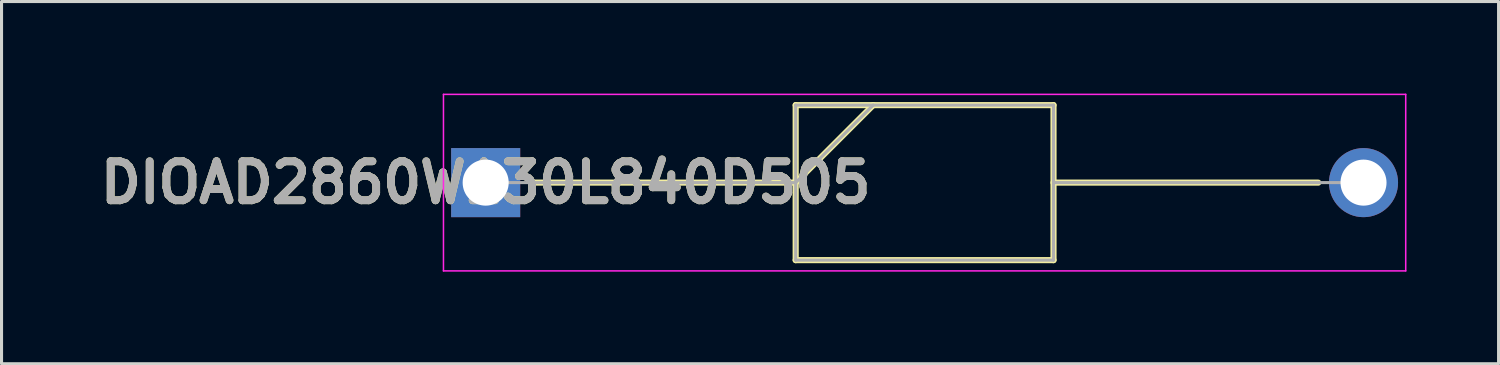
<source format=kicad_pcb>
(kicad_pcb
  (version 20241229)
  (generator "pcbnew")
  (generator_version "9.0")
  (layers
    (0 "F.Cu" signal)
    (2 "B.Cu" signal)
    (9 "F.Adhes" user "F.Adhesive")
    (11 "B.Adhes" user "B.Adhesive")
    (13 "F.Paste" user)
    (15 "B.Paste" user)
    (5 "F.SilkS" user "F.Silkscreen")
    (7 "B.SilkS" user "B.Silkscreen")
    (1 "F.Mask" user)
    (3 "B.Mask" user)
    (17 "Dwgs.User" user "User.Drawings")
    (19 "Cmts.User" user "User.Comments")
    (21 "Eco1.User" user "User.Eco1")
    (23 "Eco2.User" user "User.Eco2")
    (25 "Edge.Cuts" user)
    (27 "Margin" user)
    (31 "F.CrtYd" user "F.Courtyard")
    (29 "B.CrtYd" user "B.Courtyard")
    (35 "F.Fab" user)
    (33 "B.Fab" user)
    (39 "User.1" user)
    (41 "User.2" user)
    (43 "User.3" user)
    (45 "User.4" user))
  (footprint "DIOAD2860W130L840D505"
    (layer "F.Cu")
    (at 12.773 2.9)
    (property "Reference" "DIOAD2860W130L840D505" (at 0 0 0) (layer "F.SilkS") (effects (font (size 1.27 1.27) (thickness 0.254))))
    (attr through_hole)
    (fp_line (start 1.475 0) (end 10.1 0) (stroke (width 0.2) (type solid)) (layer "F.SilkS"))
    (fp_line (start 10.1 -2.525) (end 18.5 -2.525) (stroke (width 0.2) (type solid)) (layer "F.SilkS"))
    (fp_line (start 10.1 0) (end 12.625 -2.525) (stroke (width 0.2) (type solid)) (layer "F.SilkS"))
    (fp_line (start 10.1 2.525) (end 10.1 -2.525) (stroke (width 0.2) (type solid)) (layer "F.SilkS"))
    (fp_line (start 18.5 -2.525) (end 18.5 2.525) (stroke (width 0.2) (type solid)) (layer "F.SilkS"))
    (fp_line (start 18.5 0) (end 27.125 0) (stroke (width 0.2) (type solid)) (layer "F.SilkS"))
    (fp_line (start 18.5 2.525) (end 10.1 2.525) (stroke (width 0.2) (type solid)) (layer "F.SilkS"))
    (fp_line (start -1.375 -2.875) (end 29.975 -2.875) (stroke (width 0.05) (type solid)) (layer "F.CrtYd"))
    (fp_line (start -1.375 2.875) (end -1.375 -2.875) (stroke (width 0.05) (type solid)) (layer "F.CrtYd"))
    (fp_line (start 29.975 -2.875) (end 29.975 2.875) (stroke (width 0.05) (type solid)) (layer "F.CrtYd"))
    (fp_line (start 29.975 2.875) (end -1.375 2.875) (stroke (width 0.05) (type solid)) (layer "F.CrtYd"))
    (fp_line (start 0 0) (end 10.1 0) (stroke (width 0.1) (type solid)) (layer "F.Fab"))
    (fp_line (start 10.1 -2.525) (end 18.5 -2.525) (stroke (width 0.1) (type solid)) (layer "F.Fab"))
    (fp_line (start 10.1 0) (end 12.625 -2.525) (stroke (width 0.1) (type solid)) (layer "F.Fab"))
    (fp_line (start 10.1 2.525) (end 10.1 -2.525) (stroke (width 0.1) (type solid)) (layer "F.Fab"))
    (fp_line (start 18.5 -2.525) (end 18.5 2.525) (stroke (width 0.1) (type solid)) (layer "F.Fab"))
    (fp_line (start 18.5 0) (end 28.6 0) (stroke (width 0.1) (type solid)) (layer "F.Fab"))
    (fp_line (start 18.5 2.525) (end 10.1 2.525) (stroke (width 0.1) (type solid)) (layer "F.Fab"))
    (fp_text user "${REFERENCE}" (at 0 0 0) (layer "F.Fab") (effects (font (size 1.27 1.27) (thickness 0.254))))
    (pad "1" thru_hole rect (at 0 0) (size 2.25 2.25) (drill 1.5) (layers "*.Cu" "*.Mask"))
    (pad "2" thru_hole circle (at 28.6 0) (size 2.25 2.25) (drill 1.5) (layers "*.Cu" "*.Mask")))
  (gr_rect
    (start -3 -3)
    (end 45.773 8.8)
    (stroke (width 0.1) (type default))
    (fill no)
    (layer "Edge.Cuts")))
</source>
